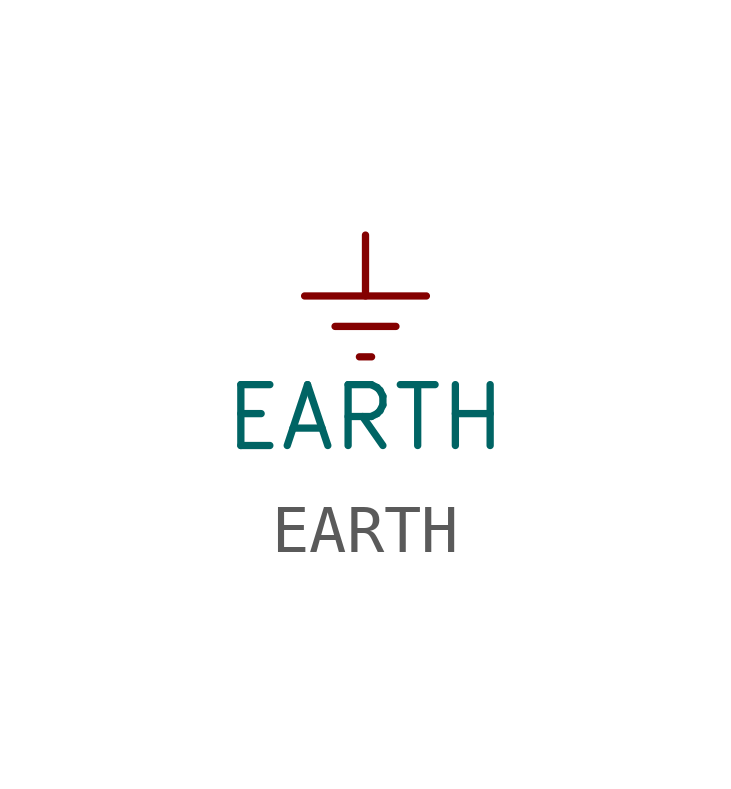
<source format=kicad_sym>
(kicad_symbol_lib
  (version 20211014)
  (generator kicad_symbol_editor)
  (symbol "EARTH"
    (power)
    (property "Reference" "#PWR?"
      (at 0 1.27 0)
      (effects (font (size 1.27 1.27)) hide))
    (property "Value" "EARTH"
      (at 0 -3.81 0)
      (effects (font (size 1.27 1.27))))
    (symbol "EARTH_0_1"
      (polyline (pts (xy -0.635 -1.905) (xy 0.635 -1.905)) (stroke (width 0) (type default) (color 0 0 0 0)) (fill (type none)))
      (polyline (pts (xy -0.127 -2.54) (xy 0.127 -2.54)) (stroke (width 0) (type default) (color 0 0 0 0)) (fill (type none)))
      (polyline (pts (xy 0 -1.27) (xy 0 0)) (stroke (width 0) (type default) (color 0 0 0 0)) (fill (type none)))
      (polyline (pts (xy 1.27 -1.27) (xy -1.27 -1.27)) (stroke (width 0) (type default) (color 0 0 0 0)) (fill (type none))))
    (symbol "EARTH_1_1"
      (pin power_in line (at 0 0 270) (length 0) hide (name "EARTH" (effects (font (size 1.27 1.27)))) (number "1" (effects (font (size 1.27 1.27))))))))
</source>
